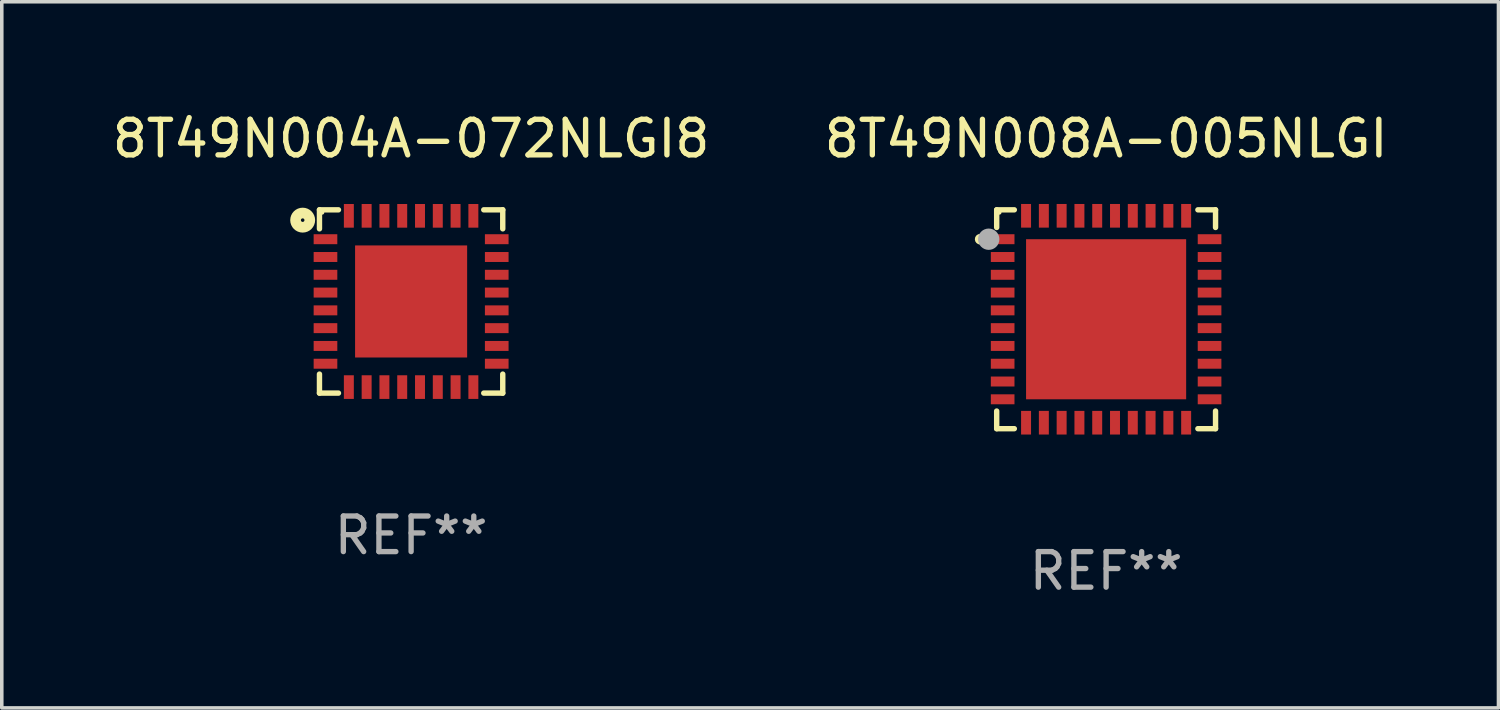
<source format=kicad_pcb>
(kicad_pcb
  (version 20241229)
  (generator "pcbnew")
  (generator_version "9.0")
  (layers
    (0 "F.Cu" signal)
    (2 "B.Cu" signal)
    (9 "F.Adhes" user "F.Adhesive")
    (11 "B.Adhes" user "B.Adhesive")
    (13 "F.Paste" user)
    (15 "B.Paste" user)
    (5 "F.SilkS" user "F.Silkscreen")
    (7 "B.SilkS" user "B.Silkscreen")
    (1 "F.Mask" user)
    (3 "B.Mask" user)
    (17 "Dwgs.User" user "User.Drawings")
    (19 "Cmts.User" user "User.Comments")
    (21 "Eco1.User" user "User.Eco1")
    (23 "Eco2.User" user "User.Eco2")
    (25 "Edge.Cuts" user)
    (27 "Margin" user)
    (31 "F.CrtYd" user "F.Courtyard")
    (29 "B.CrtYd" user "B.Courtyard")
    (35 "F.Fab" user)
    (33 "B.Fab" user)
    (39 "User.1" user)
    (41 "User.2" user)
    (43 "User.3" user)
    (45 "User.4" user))
  (footprint "8T49N004A-072NLGI8"
    (layer "F.Cu")
    (at 8.506 5.424)
    (property "Reference" "8T49N004A-072NLGI8" (at 0 -4.576 0) (layer "F.SilkS") (effects (font (size 1 1) (thickness 0.15))))
    (attr through_hole)
    (fp_line (start -2.576 -2.576) (end -2.042 -2.576) (stroke (width 0.152) (type solid)) (layer "F.SilkS"))
    (fp_line (start -2.576 -2.042) (end -2.576 -2.576) (stroke (width 0.152) (type solid)) (layer "F.SilkS"))
    (fp_line (start -2.576 2.042) (end -2.576 2.576) (stroke (width 0.152) (type solid)) (layer "F.SilkS"))
    (fp_line (start -2.576 2.576) (end -2.042 2.576) (stroke (width 0.152) (type solid)) (layer "F.SilkS"))
    (fp_line (start 2.576 -2.576) (end 2.042 -2.576) (stroke (width 0.152) (type solid)) (layer "F.SilkS"))
    (fp_line (start 2.576 -2.042) (end 2.576 -2.576) (stroke (width 0.152) (type solid)) (layer "F.SilkS"))
    (fp_line (start 2.576 2.042) (end 2.576 2.576) (stroke (width 0.152) (type solid)) (layer "F.SilkS"))
    (fp_line (start 2.576 2.576) (end 2.042 2.576) (stroke (width 0.152) (type solid)) (layer "F.SilkS"))
    (fp_circle (center -3.048 -2.286) (end -2.848 -2.286) (stroke (width 0.3) (type solid)) (fill no) (layer "F.SilkS"))
    (fp_circle (center -2.5 -2.5) (end -2.47 -2.5) (stroke (width 0.06) (type solid)) (fill no) (layer "F.SilkS"))
    (fp_text user "REF**" (at 0 6.576 0) (layer "F.Fab") (effects (font (size 1 1) (thickness 0.15))))
    (pad "1" smd rect (at -2.407 -1.75) (size 0.665 0.28) (layers "F.Cu" "F.Mask" "F.Paste"))
    (pad "2" smd rect (at -2.407 -1.25) (size 0.665 0.28) (layers "F.Cu" "F.Mask" "F.Paste"))
    (pad "3" smd rect (at -2.407 -0.75) (size 0.665 0.28) (layers "F.Cu" "F.Mask" "F.Paste"))
    (pad "4" smd rect (at -2.407 -0.25) (size 0.665 0.28) (layers "F.Cu" "F.Mask" "F.Paste"))
    (pad "5" smd rect (at -2.407 0.25) (size 0.665 0.28) (layers "F.Cu" "F.Mask" "F.Paste"))
    (pad "6" smd rect (at -2.407 0.75) (size 0.665 0.28) (layers "F.Cu" "F.Mask" "F.Paste"))
    (pad "7" smd rect (at -2.407 1.25) (size 0.665 0.28) (layers "F.Cu" "F.Mask" "F.Paste"))
    (pad "8" smd rect (at -2.407 1.75) (size 0.665 0.28) (layers "F.Cu" "F.Mask" "F.Paste"))
    (pad "9" smd rect (at -1.75 2.407) (size 0.28 0.665) (layers "F.Cu" "F.Mask" "F.Paste"))
    (pad "10" smd rect (at -1.25 2.407) (size 0.28 0.665) (layers "F.Cu" "F.Mask" "F.Paste"))
    (pad "11" smd rect (at -0.75 2.407) (size 0.28 0.665) (layers "F.Cu" "F.Mask" "F.Paste"))
    (pad "12" smd rect (at -0.25 2.407) (size 0.28 0.665) (layers "F.Cu" "F.Mask" "F.Paste"))
    (pad "13" smd rect (at 0.25 2.407) (size 0.28 0.665) (layers "F.Cu" "F.Mask" "F.Paste"))
    (pad "14" smd rect (at 0.75 2.407) (size 0.28 0.665) (layers "F.Cu" "F.Mask" "F.Paste"))
    (pad "15" smd rect (at 1.25 2.407) (size 0.28 0.665) (layers "F.Cu" "F.Mask" "F.Paste"))
    (pad "16" smd rect (at 1.75 2.407) (size 0.28 0.665) (layers "F.Cu" "F.Mask" "F.Paste"))
    (pad "17" smd rect (at 2.407 1.75) (size 0.665 0.28) (layers "F.Cu" "F.Mask" "F.Paste"))
    (pad "18" smd rect (at 2.407 1.25) (size 0.665 0.28) (layers "F.Cu" "F.Mask" "F.Paste"))
    (pad "19" smd rect (at 2.407 0.75) (size 0.665 0.28) (layers "F.Cu" "F.Mask" "F.Paste"))
    (pad "20" smd rect (at 2.407 0.25) (size 0.665 0.28) (layers "F.Cu" "F.Mask" "F.Paste"))
    (pad "21" smd rect (at 2.407 -0.25) (size 0.665 0.28) (layers "F.Cu" "F.Mask" "F.Paste"))
    (pad "22" smd rect (at 2.407 -0.75) (size 0.665 0.28) (layers "F.Cu" "F.Mask" "F.Paste"))
    (pad "23" smd rect (at 2.407 -1.25) (size 0.665 0.28) (layers "F.Cu" "F.Mask" "F.Paste"))
    (pad "24" smd rect (at 2.407 -1.75) (size 0.665 0.28) (layers "F.Cu" "F.Mask" "F.Paste"))
    (pad "25" smd rect (at 1.75 -2.407) (size 0.28 0.665) (layers "F.Cu" "F.Mask" "F.Paste"))
    (pad "26" smd rect (at 1.25 -2.407) (size 0.28 0.665) (layers "F.Cu" "F.Mask" "F.Paste"))
    (pad "27" smd rect (at 0.75 -2.407) (size 0.28 0.665) (layers "F.Cu" "F.Mask" "F.Paste"))
    (pad "28" smd rect (at 0.25 -2.407) (size 0.28 0.665) (layers "F.Cu" "F.Mask" "F.Paste"))
    (pad "29" smd rect (at -0.25 -2.407) (size 0.28 0.665) (layers "F.Cu" "F.Mask" "F.Paste"))
    (pad "30" smd rect (at -0.75 -2.407) (size 0.28 0.665) (layers "F.Cu" "F.Mask" "F.Paste"))
    (pad "31" smd rect (at -1.25 -2.407) (size 0.28 0.665) (layers "F.Cu" "F.Mask" "F.Paste"))
    (pad "32" smd rect (at -1.75 -2.407) (size 0.28 0.665) (layers "F.Cu" "F.Mask" "F.Paste"))
    (pad "33" smd rect (at 0 0) (size 3.15 3.15) (layers "F.Cu" "F.Mask" "F.Paste")))
  (footprint "8T49N008A-005NLGI"
    (layer "F.Cu")
    (at 28.042 5.924)
    (property "Reference" "8T49N008A-005NLGI" (at 0 -5.076 0) (layer "F.SilkS") (effects (font (size 1 1) (thickness 0.15))))
    (attr through_hole)
    (fp_line (start -3.076 -3.076) (end -3.076 -2.58) (stroke (width 0.152) (type solid)) (layer "F.SilkS"))
    (fp_line (start -3.076 3.076) (end -3.076 2.58) (stroke (width 0.152) (type solid)) (layer "F.SilkS"))
    (fp_line (start -2.58 -3.076) (end -3.076 -3.076) (stroke (width 0.152) (type solid)) (layer "F.SilkS"))
    (fp_line (start -2.58 3.076) (end -3.076 3.076) (stroke (width 0.152) (type solid)) (layer "F.SilkS"))
    (fp_line (start 2.58 -3.076) (end 3.076 -3.076) (stroke (width 0.152) (type solid)) (layer "F.SilkS"))
    (fp_line (start 2.58 3.076) (end 3.076 3.076) (stroke (width 0.152) (type solid)) (layer "F.SilkS"))
    (fp_line (start 3.076 -3.076) (end 3.076 -2.58) (stroke (width 0.152) (type solid)) (layer "F.SilkS"))
    (fp_line (start 3.076 3.076) (end 3.076 2.58) (stroke (width 0.152) (type solid)) (layer "F.SilkS"))
    (fp_circle (center -3.54 -2.25) (end -3.465 -2.25) (stroke (width 0.15) (type solid)) (fill no) (layer "F.SilkS"))
    (fp_circle (center -3 -3) (end -2.97 -3) (stroke (width 0.06) (type solid)) (fill no) (layer "F.SilkS"))
    (fp_circle (center -3.3 -2.25) (end -3.15 -2.25) (stroke (width 0.3) (type solid)) (fill no) (layer "F.Fab"))
    (fp_text user "REF**" (at 0 7.076 0) (layer "F.Fab") (effects (font (size 1 1) (thickness 0.15))))
    (pad "1" smd rect (at -2.908 -2.25) (size 0.665 0.28) (layers "F.Cu" "F.Mask" "F.Paste"))
    (pad "2" smd rect (at -2.908 -1.75) (size 0.665 0.28) (layers "F.Cu" "F.Mask" "F.Paste"))
    (pad "3" smd rect (at -2.908 -1.25) (size 0.665 0.28) (layers "F.Cu" "F.Mask" "F.Paste"))
    (pad "4" smd rect (at -2.908 -0.75) (size 0.665 0.28) (layers "F.Cu" "F.Mask" "F.Paste"))
    (pad "5" smd rect (at -2.908 -0.25) (size 0.665 0.28) (layers "F.Cu" "F.Mask" "F.Paste"))
    (pad "6" smd rect (at -2.908 0.25) (size 0.665 0.28) (layers "F.Cu" "F.Mask" "F.Paste"))
    (pad "7" smd rect (at -2.908 0.75) (size 0.665 0.28) (layers "F.Cu" "F.Mask" "F.Paste"))
    (pad "8" smd rect (at -2.908 1.25) (size 0.665 0.28) (layers "F.Cu" "F.Mask" "F.Paste"))
    (pad "9" smd rect (at -2.908 1.75) (size 0.665 0.28) (layers "F.Cu" "F.Mask" "F.Paste"))
    (pad "10" smd rect (at -2.908 2.25) (size 0.665 0.28) (layers "F.Cu" "F.Mask" "F.Paste"))
    (pad "11" smd rect (at -2.25 2.908) (size 0.28 0.665) (layers "F.Cu" "F.Mask" "F.Paste"))
    (pad "12" smd rect (at -1.75 2.908) (size 0.28 0.665) (layers "F.Cu" "F.Mask" "F.Paste"))
    (pad "13" smd rect (at -1.25 2.908) (size 0.28 0.665) (layers "F.Cu" "F.Mask" "F.Paste"))
    (pad "14" smd rect (at -0.75 2.908) (size 0.28 0.665) (layers "F.Cu" "F.Mask" "F.Paste"))
    (pad "15" smd rect (at -0.25 2.908) (size 0.28 0.665) (layers "F.Cu" "F.Mask" "F.Paste"))
    (pad "16" smd rect (at 0.25 2.908) (size 0.28 0.665) (layers "F.Cu" "F.Mask" "F.Paste"))
    (pad "17" smd rect (at 0.75 2.908) (size 0.28 0.665) (layers "F.Cu" "F.Mask" "F.Paste"))
    (pad "18" smd rect (at 1.25 2.908) (size 0.28 0.665) (layers "F.Cu" "F.Mask" "F.Paste"))
    (pad "19" smd rect (at 1.75 2.908) (size 0.28 0.665) (layers "F.Cu" "F.Mask" "F.Paste"))
    (pad "20" smd rect (at 2.25 2.908) (size 0.28 0.665) (layers "F.Cu" "F.Mask" "F.Paste"))
    (pad "21" smd rect (at 2.908 2.25) (size 0.665 0.28) (layers "F.Cu" "F.Mask" "F.Paste"))
    (pad "22" smd rect (at 2.908 1.75) (size 0.665 0.28) (layers "F.Cu" "F.Mask" "F.Paste"))
    (pad "23" smd rect (at 2.908 1.25) (size 0.665 0.28) (layers "F.Cu" "F.Mask" "F.Paste"))
    (pad "24" smd rect (at 2.908 0.75) (size 0.665 0.28) (layers "F.Cu" "F.Mask" "F.Paste"))
    (pad "25" smd rect (at 2.908 0.25) (size 0.665 0.28) (layers "F.Cu" "F.Mask" "F.Paste"))
    (pad "26" smd rect (at 2.908 -0.25) (size 0.665 0.28) (layers "F.Cu" "F.Mask" "F.Paste"))
    (pad "27" smd rect (at 2.908 -0.75) (size 0.665 0.28) (layers "F.Cu" "F.Mask" "F.Paste"))
    (pad "28" smd rect (at 2.908 -1.25) (size 0.665 0.28) (layers "F.Cu" "F.Mask" "F.Paste"))
    (pad "29" smd rect (at 2.908 -1.75) (size 0.665 0.28) (layers "F.Cu" "F.Mask" "F.Paste"))
    (pad "30" smd rect (at 2.908 -2.25) (size 0.665 0.28) (layers "F.Cu" "F.Mask" "F.Paste"))
    (pad "31" smd rect (at 2.25 -2.908) (size 0.28 0.665) (layers "F.Cu" "F.Mask" "F.Paste"))
    (pad "32" smd rect (at 1.75 -2.908) (size 0.28 0.665) (layers "F.Cu" "F.Mask" "F.Paste"))
    (pad "33" smd rect (at 1.25 -2.908) (size 0.28 0.665) (layers "F.Cu" "F.Mask" "F.Paste"))
    (pad "34" smd rect (at 0.75 -2.908) (size 0.28 0.665) (layers "F.Cu" "F.Mask" "F.Paste"))
    (pad "35" smd rect (at 0.25 -2.908) (size 0.28 0.665) (layers "F.Cu" "F.Mask" "F.Paste"))
    (pad "36" smd rect (at -0.25 -2.908) (size 0.28 0.665) (layers "F.Cu" "F.Mask" "F.Paste"))
    (pad "37" smd rect (at -0.75 -2.908) (size 0.28 0.665) (layers "F.Cu" "F.Mask" "F.Paste"))
    (pad "38" smd rect (at -1.25 -2.908) (size 0.28 0.665) (layers "F.Cu" "F.Mask" "F.Paste"))
    (pad "39" smd rect (at -1.75 -2.908) (size 0.28 0.665) (layers "F.Cu" "F.Mask" "F.Paste"))
    (pad "40" smd rect (at -2.25 -2.908) (size 0.28 0.665) (layers "F.Cu" "F.Mask" "F.Paste"))
    (pad "41" smd rect (at 0 0) (size 4.5 4.5) (layers "F.Cu" "F.Mask" "F.Paste")))
  (gr_rect
    (start -3 -3)
    (end 39.071 16.849)
    (stroke (width 0.1) (type default))
    (fill no)
    (layer "Edge.Cuts")))
</source>
